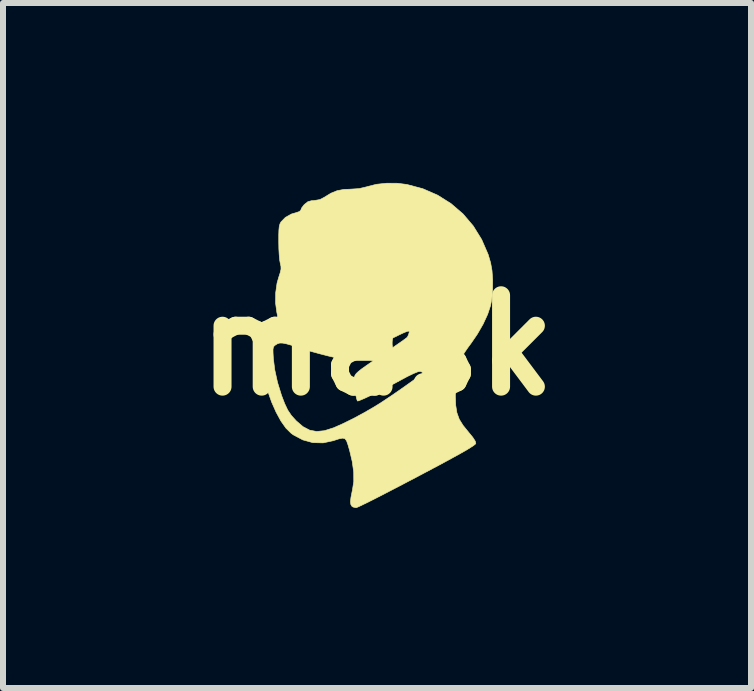
<source format=kicad_pcb>
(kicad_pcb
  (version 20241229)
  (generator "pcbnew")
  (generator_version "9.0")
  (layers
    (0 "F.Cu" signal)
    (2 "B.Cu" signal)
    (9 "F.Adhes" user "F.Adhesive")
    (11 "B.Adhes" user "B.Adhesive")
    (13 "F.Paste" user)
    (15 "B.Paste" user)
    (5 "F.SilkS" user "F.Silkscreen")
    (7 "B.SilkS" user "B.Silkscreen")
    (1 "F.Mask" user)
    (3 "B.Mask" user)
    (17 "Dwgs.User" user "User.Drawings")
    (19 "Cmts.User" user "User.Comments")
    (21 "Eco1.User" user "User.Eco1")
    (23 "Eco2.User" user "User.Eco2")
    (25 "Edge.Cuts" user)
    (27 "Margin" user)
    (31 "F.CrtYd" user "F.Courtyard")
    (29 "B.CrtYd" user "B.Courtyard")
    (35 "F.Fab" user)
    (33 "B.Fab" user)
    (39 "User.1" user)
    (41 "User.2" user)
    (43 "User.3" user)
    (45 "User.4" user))
  (footprint "mask"
    (layer "F.Cu")
    (at 3.237 2.708)
    (property "Reference" "mask" (at 0 0 0) (layer "F.SilkS") (effects (font (size 1.524 1.524) (thickness 0.3))))
    (attr through_hole)
    (fp_poly (pts (xy 0.34 -2.702) (xy 0.498 -2.682) (xy 0.764 -2.611) (xy 1.01 -2.504) (xy 1.234 -2.363) (xy 1.434 -2.191) (xy 1.605 -1.99) (xy 1.745 -1.764) (xy 1.853 -1.515) (xy 1.894 -1.376) (xy 1.917 -1.247) (xy 1.928 -1.093) (xy 1.927 -0.931) (xy 1.914 -0.777) (xy 1.894 -0.665) (xy 1.845 -0.518) (xy 1.77 -0.355) (xy 1.674 -0.188) (xy 1.572 -0.039) (xy 1.516 0.037) (xy 1.467 0.108) (xy 1.433 0.162) (xy 1.427 0.173) (xy 1.392 0.261) (xy 1.361 0.381) (xy 1.334 0.519) (xy 1.316 0.665) (xy 1.307 0.807) (xy 1.306 0.847) (xy 1.312 1) (xy 1.332 1.125) (xy 1.371 1.233) (xy 1.435 1.336) (xy 1.525 1.447) (xy 1.597 1.535) (xy 1.638 1.599) (xy 1.647 1.635) (xy 1.637 1.65) (xy 1.609 1.672) (xy 1.56 1.704) (xy 1.489 1.748) (xy 1.392 1.803) (xy 1.267 1.872) (xy 1.113 1.956) (xy 0.925 2.056) (xy 0.703 2.174) (xy 0.667 2.193) (xy 0.478 2.292) (xy 0.3 2.385) (xy 0.136 2.47) (xy -0.01 2.545) (xy -0.135 2.608) (xy -0.235 2.657) (xy -0.306 2.691) (xy -0.345 2.707) (xy -0.35 2.708) (xy -0.399 2.697) (xy -0.419 2.684) (xy -0.437 2.654) (xy -0.443 2.608) (xy -0.435 2.538) (xy -0.415 2.436) (xy -0.411 2.42) (xy -0.388 2.272) (xy -0.389 2.113) (xy -0.414 1.936) (xy -0.455 1.762) (xy -0.484 1.66) (xy -0.508 1.593) (xy -0.535 1.557) (xy -0.574 1.548) (xy -0.632 1.559) (xy -0.716 1.586) (xy -0.726 1.59) (xy -0.899 1.627) (xy -1.071 1.623) (xy -1.238 1.577) (xy -1.398 1.492) (xy -1.434 1.465) (xy -1.519 1.381) (xy -1.603 1.262) (xy -1.683 1.115) (xy -1.757 0.948) (xy -1.821 0.767) (xy -1.873 0.581) (xy -1.91 0.396) (xy -1.93 0.221) (xy -1.932 0.169) (xy -1.932 0.088) (xy -1.93 0.07) (xy -1.735 0.07) (xy -1.734 0.128) (xy -1.729 0.219) (xy -1.729 0.22) (xy -1.705 0.411) (xy -1.659 0.62) (xy -1.593 0.834) (xy -1.541 0.97) (xy -1.489 1.08) (xy -1.428 1.171) (xy -1.346 1.261) (xy -1.234 1.357) (xy -1.123 1.415) (xy -1.007 1.437) (xy -0.878 1.424) (xy -0.729 1.377) (xy -0.723 1.375) (xy -0.572 1.308) (xy -0.399 1.223) (xy -0.219 1.126) (xy -0.043 1.024) (xy 0.054 0.964) (xy 0.148 0.902) (xy 0.251 0.833) (xy 0.358 0.759) (xy 0.464 0.685) (xy 0.561 0.616) (xy 0.646 0.555) (xy 0.711 0.506) (xy 0.751 0.473) (xy 0.761 0.462) (xy 0.745 0.444) (xy 0.722 0.435) (xy 0.685 0.44) (xy 0.612 0.469) (xy 0.506 0.52) (xy 0.378 0.589) (xy 0.257 0.654) (xy 0.134 0.718) (xy 0.014 0.778) (xy -0.097 0.832) (xy -0.192 0.877) (xy -0.266 0.909) (xy -0.313 0.927) (xy -0.327 0.928) (xy -0.338 0.898) (xy -0.352 0.839) (xy -0.364 0.764) (xy -0.375 0.685) (xy -0.38 0.616) (xy -0.381 0.595) (xy -0.381 0.559) (xy -0.378 0.529) (xy -0.367 0.5) (xy -0.347 0.471) (xy -0.311 0.437) (xy -0.257 0.394) (xy -0.181 0.34) (xy -0.079 0.269) (xy 0.054 0.18) (xy 0.1 0.149) (xy 0.214 0.072) (xy 0.316 0.001) (xy 0.401 -0.058) (xy 0.464 -0.103) (xy 0.499 -0.13) (xy 0.505 -0.135) (xy 0.524 -0.173) (xy 0.536 -0.213) (xy 0.538 -0.228) (xy 0.531 -0.236) (xy 0.513 -0.235) (xy 0.478 -0.223) (xy 0.422 -0.199) (xy 0.343 -0.161) (xy 0.235 -0.108) (xy 0.094 -0.037) (xy 0.047 -0.013) (xy -0.128 0.074) (xy -0.269 0.142) (xy -0.377 0.19) (xy -0.454 0.221) (xy -0.504 0.235) (xy -0.518 0.236) (xy -0.59 0.226) (xy -0.693 0.206) (xy -0.817 0.177) (xy -0.953 0.142) (xy -1.092 0.104) (xy -1.223 0.065) (xy -1.297 0.041) (xy -1.419 0.001) (xy -1.508 -0.024) (xy -1.573 -0.037) (xy -1.621 -0.038) (xy -1.658 -0.027) (xy -1.692 -0.007) (xy -1.715 0.011) (xy -1.729 0.034) (xy -1.735 0.07) (xy -1.93 0.07) (xy -1.925 0.025) (xy -1.907 -0.031) (xy -1.875 -0.091) (xy -1.822 -0.165) (xy -1.775 -0.229) (xy -1.712 -0.314) (xy -1.675 -0.38) (xy -1.659 -0.437) (xy -1.66 -0.497) (xy -1.671 -0.551) (xy -1.692 -0.706) (xy -1.69 -0.875) (xy -1.667 -1.038) (xy -1.64 -1.132) (xy -1.614 -1.213) (xy -1.601 -1.27) (xy -1.602 -1.316) (xy -1.613 -1.365) (xy -1.623 -1.419) (xy -1.631 -1.504) (xy -1.637 -1.608) (xy -1.639 -1.72) (xy -1.639 -1.725) (xy -1.639 -1.843) (xy -1.636 -1.926) (xy -1.63 -1.984) (xy -1.619 -2.024) (xy -1.603 -2.055) (xy -1.601 -2.058) (xy -1.528 -2.133) (xy -1.428 -2.189) (xy -1.349 -2.212) (xy -1.293 -2.231) (xy -1.27 -2.256) (xy -1.27 -2.258) (xy -1.256 -2.292) (xy -1.221 -2.338) (xy -1.208 -2.351) (xy -1.154 -2.394) (xy -1.094 -2.411) (xy -1.054 -2.413) (xy -0.953 -2.43) (xy -0.882 -2.467) (xy -0.769 -2.536) (xy -0.666 -2.578) (xy -0.556 -2.599) (xy -0.453 -2.603) (xy -0.299 -2.613) (xy -0.168 -2.644) (xy -0.157 -2.648) (xy -0.009 -2.685) (xy 0.161 -2.703) (xy 0.34 -2.702)) (stroke (width 0.01) (type solid)) (fill yes) (layer "F.SilkS")))
  (gr_rect
    (start -3 -3)
    (end 9.473 8.422)
    (stroke (width 0.1) (type default))
    (fill no)
    (layer "Edge.Cuts")))
</source>
